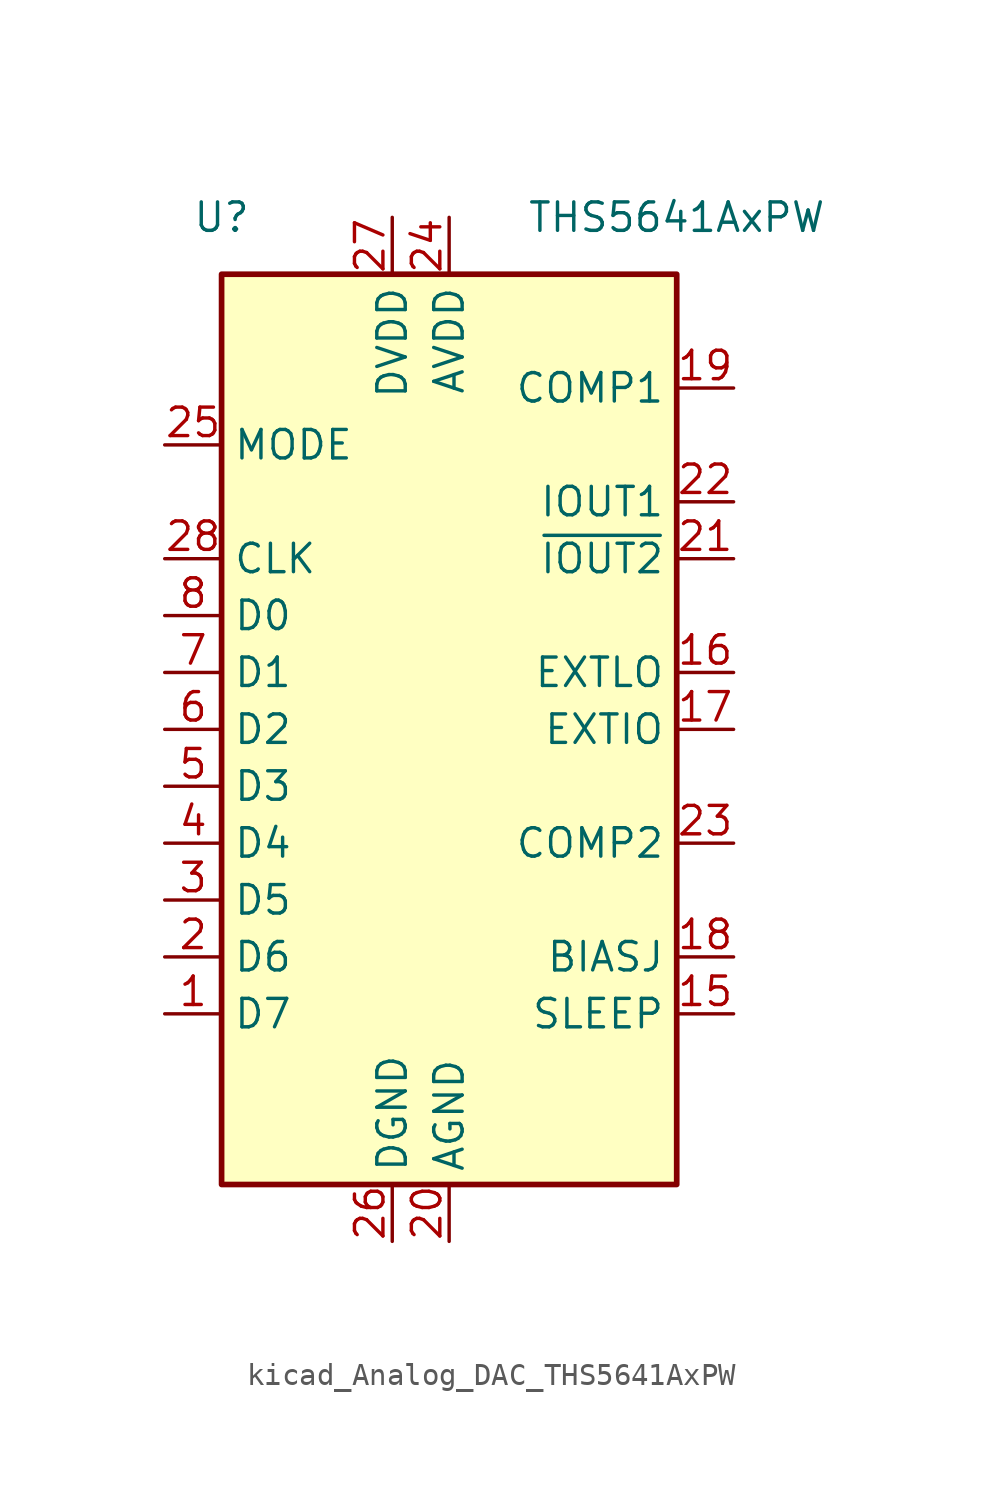
<source format=kicad_sym>
(kicad_symbol_lib
  (version 20220914)
  (generator kicad_symbol_editor)
  (symbol "kicad_Analog_DAC_THS5641AxPW"
    (property "Reference" "U"
      (at -10.16 22.86 0)
      (effects (font (size 1.27 1.27))))
    (property "Value" "THS5641AxPW"
      (at 10.16 22.86 0)
      (effects (font (size 1.27 1.27))))
    (symbol "kicad_Analog_DAC_THS5641AxPW_0_1"
      (rectangle (start -10.16 20.32) (end 10.16 -20.32) (stroke (width 0.254) (type default)) (fill (type background))))
    (symbol "kicad_Analog_DAC_THS5641AxPW_1_1"
      (pin input line (at -12.7 -12.7 0) (length 2.54) (name "D7" (effects (font (size 1.27 1.27)))) (number "1" (effects (font (size 1.27 1.27)))))
      (pin no_connect line (at -10.16 -17.78 0) (length 2.54) hide (name "NC" (effects (font (size 1.27 1.27)))) (number "10" (effects (font (size 1.27 1.27)))))
      (pin no_connect line (at 10.16 -17.78 180) (length 2.54) hide (name "NC" (effects (font (size 1.27 1.27)))) (number "11" (effects (font (size 1.27 1.27)))))
      (pin no_connect line (at 10.16 -15.24 180) (length 2.54) hide (name "NC" (effects (font (size 1.27 1.27)))) (number "12" (effects (font (size 1.27 1.27)))))
      (pin no_connect line (at 10.16 12.7 180) (length 2.54) hide (name "NC" (effects (font (size 1.27 1.27)))) (number "13" (effects (font (size 1.27 1.27)))))
      (pin no_connect line (at 10.16 17.78 180) (length 2.54) hide (name "NC" (effects (font (size 1.27 1.27)))) (number "14" (effects (font (size 1.27 1.27)))))
      (pin input line (at 12.7 -12.7 180) (length 2.54) (name "SLEEP" (effects (font (size 1.27 1.27)))) (number "15" (effects (font (size 1.27 1.27)))))
      (pin bidirectional line (at 12.7 2.54 180) (length 2.54) (name "EXTLO" (effects (font (size 1.27 1.27)))) (number "16" (effects (font (size 1.27 1.27)))))
      (pin bidirectional line (at 12.7 0 180) (length 2.54) (name "EXTIO" (effects (font (size 1.27 1.27)))) (number "17" (effects (font (size 1.27 1.27)))))
      (pin passive line (at 12.7 -10.16 180) (length 2.54) (name "BIASJ" (effects (font (size 1.27 1.27)))) (number "18" (effects (font (size 1.27 1.27)))))
      (pin input line (at 12.7 15.24 180) (length 2.54) (name "COMP1" (effects (font (size 1.27 1.27)))) (number "19" (effects (font (size 1.27 1.27)))))
      (pin input line (at -12.7 -10.16 0) (length 2.54) (name "D6" (effects (font (size 1.27 1.27)))) (number "2" (effects (font (size 1.27 1.27)))))
      (pin power_in line (at 0 -22.86 90) (length 2.54) (name "AGND" (effects (font (size 1.27 1.27)))) (number "20" (effects (font (size 1.27 1.27)))))
      (pin output line (at 12.7 7.62 180) (length 2.54) (name "~{IOUT2}" (effects (font (size 1.27 1.27)))) (number "21" (effects (font (size 1.27 1.27)))))
      (pin output line (at 12.7 10.16 180) (length 2.54) (name "IOUT1" (effects (font (size 1.27 1.27)))) (number "22" (effects (font (size 1.27 1.27)))))
      (pin input line (at 12.7 -5.08 180) (length 2.54) (name "COMP2" (effects (font (size 1.27 1.27)))) (number "23" (effects (font (size 1.27 1.27)))))
      (pin power_in line (at 0 22.86 270) (length 2.54) (name "AVDD" (effects (font (size 1.27 1.27)))) (number "24" (effects (font (size 1.27 1.27)))))
      (pin input line (at -12.7 12.7 0) (length 2.54) (name "MODE" (effects (font (size 1.27 1.27)))) (number "25" (effects (font (size 1.27 1.27)))))
      (pin power_in line (at -2.54 -22.86 90) (length 2.54) (name "DGND" (effects (font (size 1.27 1.27)))) (number "26" (effects (font (size 1.27 1.27)))))
      (pin power_in line (at -2.54 22.86 270) (length 2.54) (name "DVDD" (effects (font (size 1.27 1.27)))) (number "27" (effects (font (size 1.27 1.27)))))
      (pin input line (at -12.7 7.62 0) (length 2.54) (name "CLK" (effects (font (size 1.27 1.27)))) (number "28" (effects (font (size 1.27 1.27)))))
      (pin input line (at -12.7 -7.62 0) (length 2.54) (name "D5" (effects (font (size 1.27 1.27)))) (number "3" (effects (font (size 1.27 1.27)))))
      (pin input line (at -12.7 -5.08 0) (length 2.54) (name "D4" (effects (font (size 1.27 1.27)))) (number "4" (effects (font (size 1.27 1.27)))))
      (pin input line (at -12.7 -2.54 0) (length 2.54) (name "D3" (effects (font (size 1.27 1.27)))) (number "5" (effects (font (size 1.27 1.27)))))
      (pin input line (at -12.7 0 0) (length 2.54) (name "D2" (effects (font (size 1.27 1.27)))) (number "6" (effects (font (size 1.27 1.27)))))
      (pin input line (at -12.7 2.54 0) (length 2.54) (name "D1" (effects (font (size 1.27 1.27)))) (number "7" (effects (font (size 1.27 1.27)))))
      (pin input line (at -12.7 5.08 0) (length 2.54) (name "D0" (effects (font (size 1.27 1.27)))) (number "8" (effects (font (size 1.27 1.27)))))
      (pin no_connect line (at -10.16 -15.24 0) (length 2.54) hide (name "NC" (effects (font (size 1.27 1.27)))) (number "9" (effects (font (size 1.27 1.27))))))))
</source>
